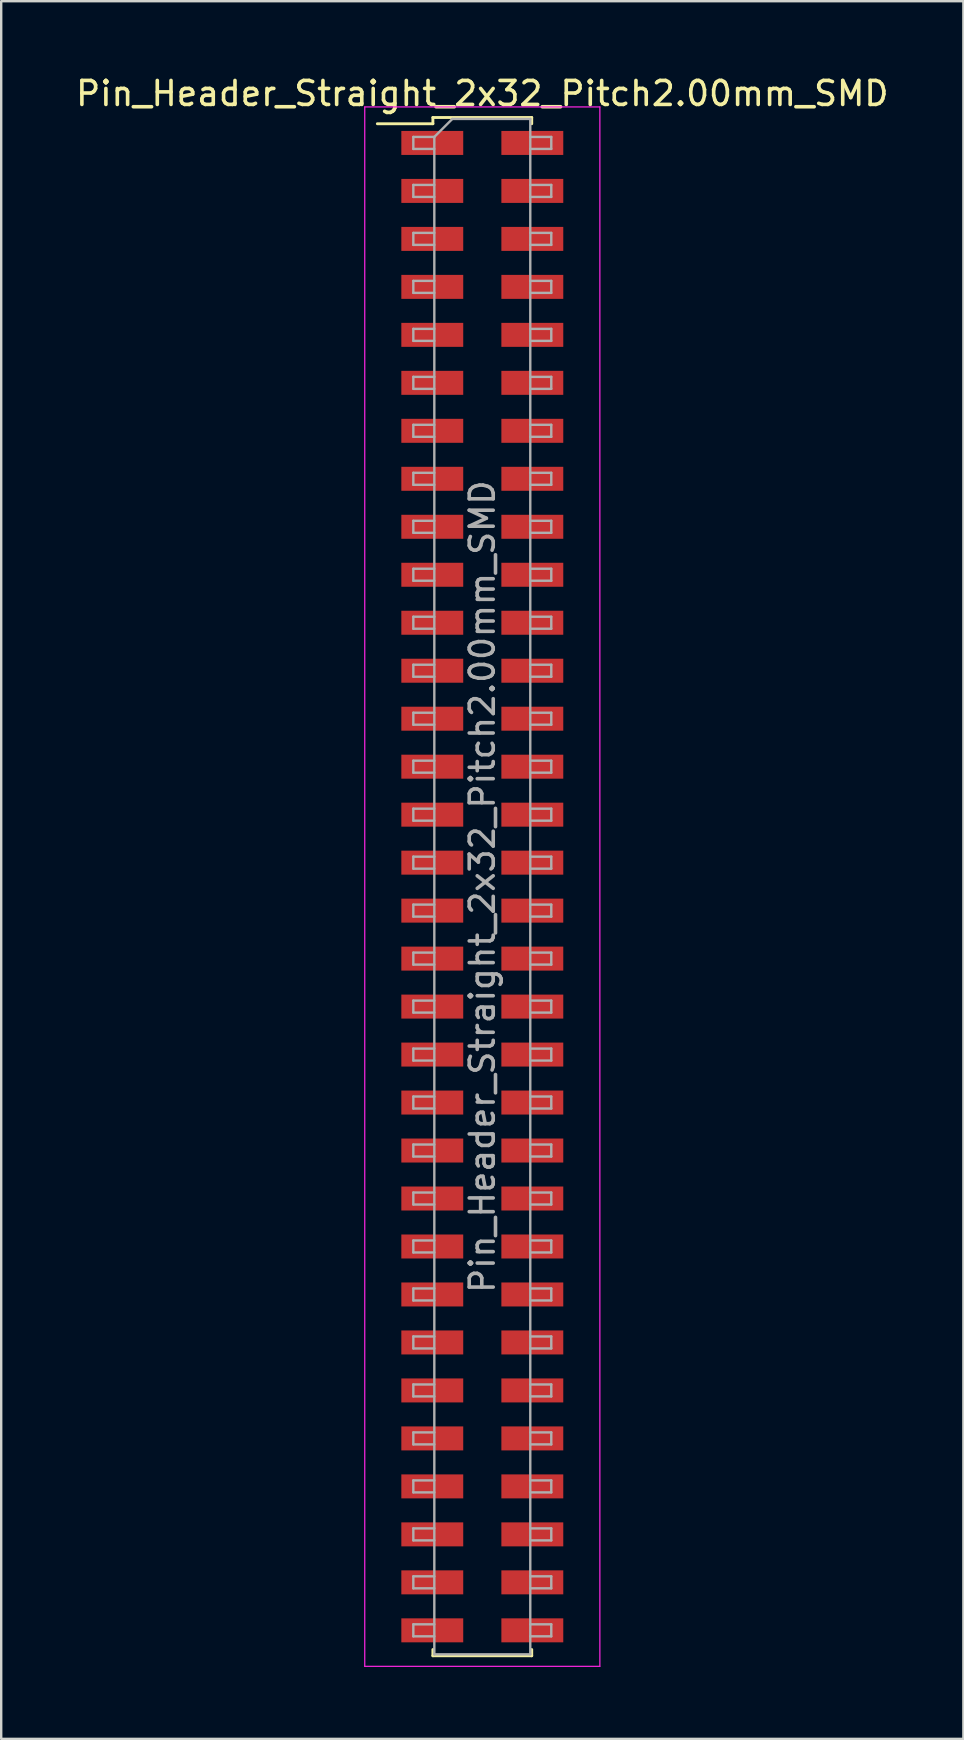
<source format=kicad_pcb>
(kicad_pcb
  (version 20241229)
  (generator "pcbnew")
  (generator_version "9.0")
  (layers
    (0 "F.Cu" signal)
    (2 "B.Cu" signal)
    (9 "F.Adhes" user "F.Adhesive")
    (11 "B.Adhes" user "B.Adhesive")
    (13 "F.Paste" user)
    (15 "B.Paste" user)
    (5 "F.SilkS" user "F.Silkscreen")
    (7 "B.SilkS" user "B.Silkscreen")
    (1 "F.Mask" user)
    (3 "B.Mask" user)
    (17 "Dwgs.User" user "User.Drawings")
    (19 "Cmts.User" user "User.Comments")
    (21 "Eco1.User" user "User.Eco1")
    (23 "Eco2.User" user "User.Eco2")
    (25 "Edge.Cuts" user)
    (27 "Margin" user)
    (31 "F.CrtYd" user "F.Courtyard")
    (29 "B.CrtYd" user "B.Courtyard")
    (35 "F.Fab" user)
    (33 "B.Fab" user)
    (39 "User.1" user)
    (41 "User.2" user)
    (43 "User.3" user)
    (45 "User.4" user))
  (footprint "Pin_Header_Straight_2x32_Pitch2.00mm_SMD"
    (layer "F.Cu")
    (at 17.054 33.908)
    (property "Reference" "Pin_Header_Straight_2x32_Pitch2.00mm_SMD" (at 0 -33.06 0) (layer "F.SilkS") (effects (font (size 1 1) (thickness 0.15))))
    (attr smd)
    (fp_line (start -4.375 -31.8) (end -2.06 -31.8) (stroke (width 0.12) (type solid)) (layer "F.SilkS"))
    (fp_line (start -2.06 -32.06) (end 2.06 -32.06) (stroke (width 0.12) (type solid)) (layer "F.SilkS"))
    (fp_line (start -2.06 -31.8) (end -2.06 -32.06) (stroke (width 0.12) (type solid)) (layer "F.SilkS"))
    (fp_line (start -2.06 31.8) (end -2.06 32.06) (stroke (width 0.12) (type solid)) (layer "F.SilkS"))
    (fp_line (start -2.06 32.06) (end 2.06 32.06) (stroke (width 0.12) (type solid)) (layer "F.SilkS"))
    (fp_line (start 2.06 -32.06) (end 2.06 -31.8) (stroke (width 0.12) (type solid)) (layer "F.SilkS"))
    (fp_line (start 2.06 32.06) (end 2.06 31.8) (stroke (width 0.12) (type solid)) (layer "F.SilkS"))
    (fp_line (start -4.9 -32.5) (end -4.9 32.5) (stroke (width 0.05) (type solid)) (layer "F.CrtYd"))
    (fp_line (start -4.9 32.5) (end 4.9 32.5) (stroke (width 0.05) (type solid)) (layer "F.CrtYd"))
    (fp_line (start 4.9 -32.5) (end -4.9 -32.5) (stroke (width 0.05) (type solid)) (layer "F.CrtYd"))
    (fp_line (start 4.9 32.5) (end 4.9 -32.5) (stroke (width 0.05) (type solid)) (layer "F.CrtYd"))
    (fp_line (start -2.875 -31.25) (end -2.875 -30.75) (stroke (width 0.1) (type solid)) (layer "F.Fab"))
    (fp_line (start -2.875 -30.75) (end -2 -30.75) (stroke (width 0.1) (type solid)) (layer "F.Fab"))
    (fp_line (start -2.875 -29.25) (end -2.875 -28.75) (stroke (width 0.1) (type solid)) (layer "F.Fab"))
    (fp_line (start -2.875 -28.75) (end -2 -28.75) (stroke (width 0.1) (type solid)) (layer "F.Fab"))
    (fp_line (start -2.875 -27.25) (end -2.875 -26.75) (stroke (width 0.1) (type solid)) (layer "F.Fab"))
    (fp_line (start -2.875 -26.75) (end -2 -26.75) (stroke (width 0.1) (type solid)) (layer "F.Fab"))
    (fp_line (start -2.875 -25.25) (end -2.875 -24.75) (stroke (width 0.1) (type solid)) (layer "F.Fab"))
    (fp_line (start -2.875 -24.75) (end -2 -24.75) (stroke (width 0.1) (type solid)) (layer "F.Fab"))
    (fp_line (start -2.875 -23.25) (end -2.875 -22.75) (stroke (width 0.1) (type solid)) (layer "F.Fab"))
    (fp_line (start -2.875 -22.75) (end -2 -22.75) (stroke (width 0.1) (type solid)) (layer "F.Fab"))
    (fp_line (start -2.875 -21.25) (end -2.875 -20.75) (stroke (width 0.1) (type solid)) (layer "F.Fab"))
    (fp_line (start -2.875 -20.75) (end -2 -20.75) (stroke (width 0.1) (type solid)) (layer "F.Fab"))
    (fp_line (start -2.875 -19.25) (end -2.875 -18.75) (stroke (width 0.1) (type solid)) (layer "F.Fab"))
    (fp_line (start -2.875 -18.75) (end -2 -18.75) (stroke (width 0.1) (type solid)) (layer "F.Fab"))
    (fp_line (start -2.875 -17.25) (end -2.875 -16.75) (stroke (width 0.1) (type solid)) (layer "F.Fab"))
    (fp_line (start -2.875 -16.75) (end -2 -16.75) (stroke (width 0.1) (type solid)) (layer "F.Fab"))
    (fp_line (start -2.875 -15.25) (end -2.875 -14.75) (stroke (width 0.1) (type solid)) (layer "F.Fab"))
    (fp_line (start -2.875 -14.75) (end -2 -14.75) (stroke (width 0.1) (type solid)) (layer "F.Fab"))
    (fp_line (start -2.875 -13.25) (end -2.875 -12.75) (stroke (width 0.1) (type solid)) (layer "F.Fab"))
    (fp_line (start -2.875 -12.75) (end -2 -12.75) (stroke (width 0.1) (type solid)) (layer "F.Fab"))
    (fp_line (start -2.875 -11.25) (end -2.875 -10.75) (stroke (width 0.1) (type solid)) (layer "F.Fab"))
    (fp_line (start -2.875 -10.75) (end -2 -10.75) (stroke (width 0.1) (type solid)) (layer "F.Fab"))
    (fp_line (start -2.875 -9.25) (end -2.875 -8.75) (stroke (width 0.1) (type solid)) (layer "F.Fab"))
    (fp_line (start -2.875 -8.75) (end -2 -8.75) (stroke (width 0.1) (type solid)) (layer "F.Fab"))
    (fp_line (start -2.875 -7.25) (end -2.875 -6.75) (stroke (width 0.1) (type solid)) (layer "F.Fab"))
    (fp_line (start -2.875 -6.75) (end -2 -6.75) (stroke (width 0.1) (type solid)) (layer "F.Fab"))
    (fp_line (start -2.875 -5.25) (end -2.875 -4.75) (stroke (width 0.1) (type solid)) (layer "F.Fab"))
    (fp_line (start -2.875 -4.75) (end -2 -4.75) (stroke (width 0.1) (type solid)) (layer "F.Fab"))
    (fp_line (start -2.875 -3.25) (end -2.875 -2.75) (stroke (width 0.1) (type solid)) (layer "F.Fab"))
    (fp_line (start -2.875 -2.75) (end -2 -2.75) (stroke (width 0.1) (type solid)) (layer "F.Fab"))
    (fp_line (start -2.875 -1.25) (end -2.875 -0.75) (stroke (width 0.1) (type solid)) (layer "F.Fab"))
    (fp_line (start -2.875 -0.75) (end -2 -0.75) (stroke (width 0.1) (type solid)) (layer "F.Fab"))
    (fp_line (start -2.875 0.75) (end -2.875 1.25) (stroke (width 0.1) (type solid)) (layer "F.Fab"))
    (fp_line (start -2.875 1.25) (end -2 1.25) (stroke (width 0.1) (type solid)) (layer "F.Fab"))
    (fp_line (start -2.875 2.75) (end -2.875 3.25) (stroke (width 0.1) (type solid)) (layer "F.Fab"))
    (fp_line (start -2.875 3.25) (end -2 3.25) (stroke (width 0.1) (type solid)) (layer "F.Fab"))
    (fp_line (start -2.875 4.75) (end -2.875 5.25) (stroke (width 0.1) (type solid)) (layer "F.Fab"))
    (fp_line (start -2.875 5.25) (end -2 5.25) (stroke (width 0.1) (type solid)) (layer "F.Fab"))
    (fp_line (start -2.875 6.75) (end -2.875 7.25) (stroke (width 0.1) (type solid)) (layer "F.Fab"))
    (fp_line (start -2.875 7.25) (end -2 7.25) (stroke (width 0.1) (type solid)) (layer "F.Fab"))
    (fp_line (start -2.875 8.75) (end -2.875 9.25) (stroke (width 0.1) (type solid)) (layer "F.Fab"))
    (fp_line (start -2.875 9.25) (end -2 9.25) (stroke (width 0.1) (type solid)) (layer "F.Fab"))
    (fp_line (start -2.875 10.75) (end -2.875 11.25) (stroke (width 0.1) (type solid)) (layer "F.Fab"))
    (fp_line (start -2.875 11.25) (end -2 11.25) (stroke (width 0.1) (type solid)) (layer "F.Fab"))
    (fp_line (start -2.875 12.75) (end -2.875 13.25) (stroke (width 0.1) (type solid)) (layer "F.Fab"))
    (fp_line (start -2.875 13.25) (end -2 13.25) (stroke (width 0.1) (type solid)) (layer "F.Fab"))
    (fp_line (start -2.875 14.75) (end -2.875 15.25) (stroke (width 0.1) (type solid)) (layer "F.Fab"))
    (fp_line (start -2.875 15.25) (end -2 15.25) (stroke (width 0.1) (type solid)) (layer "F.Fab"))
    (fp_line (start -2.875 16.75) (end -2.875 17.25) (stroke (width 0.1) (type solid)) (layer "F.Fab"))
    (fp_line (start -2.875 17.25) (end -2 17.25) (stroke (width 0.1) (type solid)) (layer "F.Fab"))
    (fp_line (start -2.875 18.75) (end -2.875 19.25) (stroke (width 0.1) (type solid)) (layer "F.Fab"))
    (fp_line (start -2.875 19.25) (end -2 19.25) (stroke (width 0.1) (type solid)) (layer "F.Fab"))
    (fp_line (start -2.875 20.75) (end -2.875 21.25) (stroke (width 0.1) (type solid)) (layer "F.Fab"))
    (fp_line (start -2.875 21.25) (end -2 21.25) (stroke (width 0.1) (type solid)) (layer "F.Fab"))
    (fp_line (start -2.875 22.75) (end -2.875 23.25) (stroke (width 0.1) (type solid)) (layer "F.Fab"))
    (fp_line (start -2.875 23.25) (end -2 23.25) (stroke (width 0.1) (type solid)) (layer "F.Fab"))
    (fp_line (start -2.875 24.75) (end -2.875 25.25) (stroke (width 0.1) (type solid)) (layer "F.Fab"))
    (fp_line (start -2.875 25.25) (end -2 25.25) (stroke (width 0.1) (type solid)) (layer "F.Fab"))
    (fp_line (start -2.875 26.75) (end -2.875 27.25) (stroke (width 0.1) (type solid)) (layer "F.Fab"))
    (fp_line (start -2.875 27.25) (end -2 27.25) (stroke (width 0.1) (type solid)) (layer "F.Fab"))
    (fp_line (start -2.875 28.75) (end -2.875 29.25) (stroke (width 0.1) (type solid)) (layer "F.Fab"))
    (fp_line (start -2.875 29.25) (end -2 29.25) (stroke (width 0.1) (type solid)) (layer "F.Fab"))
    (fp_line (start -2.875 30.75) (end -2.875 31.25) (stroke (width 0.1) (type solid)) (layer "F.Fab"))
    (fp_line (start -2.875 31.25) (end -2 31.25) (stroke (width 0.1) (type solid)) (layer "F.Fab"))
    (fp_line (start -2 -31.25) (end -2.875 -31.25) (stroke (width 0.1) (type solid)) (layer "F.Fab"))
    (fp_line (start -2 -31.25) (end -1.25 -32) (stroke (width 0.1) (type solid)) (layer "F.Fab"))
    (fp_line (start -2 -29.25) (end -2.875 -29.25) (stroke (width 0.1) (type solid)) (layer "F.Fab"))
    (fp_line (start -2 -27.25) (end -2.875 -27.25) (stroke (width 0.1) (type solid)) (layer "F.Fab"))
    (fp_line (start -2 -25.25) (end -2.875 -25.25) (stroke (width 0.1) (type solid)) (layer "F.Fab"))
    (fp_line (start -2 -23.25) (end -2.875 -23.25) (stroke (width 0.1) (type solid)) (layer "F.Fab"))
    (fp_line (start -2 -21.25) (end -2.875 -21.25) (stroke (width 0.1) (type solid)) (layer "F.Fab"))
    (fp_line (start -2 -19.25) (end -2.875 -19.25) (stroke (width 0.1) (type solid)) (layer "F.Fab"))
    (fp_line (start -2 -17.25) (end -2.875 -17.25) (stroke (width 0.1) (type solid)) (layer "F.Fab"))
    (fp_line (start -2 -15.25) (end -2.875 -15.25) (stroke (width 0.1) (type solid)) (layer "F.Fab"))
    (fp_line (start -2 -13.25) (end -2.875 -13.25) (stroke (width 0.1) (type solid)) (layer "F.Fab"))
    (fp_line (start -2 -11.25) (end -2.875 -11.25) (stroke (width 0.1) (type solid)) (layer "F.Fab"))
    (fp_line (start -2 -9.25) (end -2.875 -9.25) (stroke (width 0.1) (type solid)) (layer "F.Fab"))
    (fp_line (start -2 -7.25) (end -2.875 -7.25) (stroke (width 0.1) (type solid)) (layer "F.Fab"))
    (fp_line (start -2 -5.25) (end -2.875 -5.25) (stroke (width 0.1) (type solid)) (layer "F.Fab"))
    (fp_line (start -2 -3.25) (end -2.875 -3.25) (stroke (width 0.1) (type solid)) (layer "F.Fab"))
    (fp_line (start -2 -1.25) (end -2.875 -1.25) (stroke (width 0.1) (type solid)) (layer "F.Fab"))
    (fp_line (start -2 0.75) (end -2.875 0.75) (stroke (width 0.1) (type solid)) (layer "F.Fab"))
    (fp_line (start -2 2.75) (end -2.875 2.75) (stroke (width 0.1) (type solid)) (layer "F.Fab"))
    (fp_line (start -2 4.75) (end -2.875 4.75) (stroke (width 0.1) (type solid)) (layer "F.Fab"))
    (fp_line (start -2 6.75) (end -2.875 6.75) (stroke (width 0.1) (type solid)) (layer "F.Fab"))
    (fp_line (start -2 8.75) (end -2.875 8.75) (stroke (width 0.1) (type solid)) (layer "F.Fab"))
    (fp_line (start -2 10.75) (end -2.875 10.75) (stroke (width 0.1) (type solid)) (layer "F.Fab"))
    (fp_line (start -2 12.75) (end -2.875 12.75) (stroke (width 0.1) (type solid)) (layer "F.Fab"))
    (fp_line (start -2 14.75) (end -2.875 14.75) (stroke (width 0.1) (type solid)) (layer "F.Fab"))
    (fp_line (start -2 16.75) (end -2.875 16.75) (stroke (width 0.1) (type solid)) (layer "F.Fab"))
    (fp_line (start -2 18.75) (end -2.875 18.75) (stroke (width 0.1) (type solid)) (layer "F.Fab"))
    (fp_line (start -2 20.75) (end -2.875 20.75) (stroke (width 0.1) (type solid)) (layer "F.Fab"))
    (fp_line (start -2 22.75) (end -2.875 22.75) (stroke (width 0.1) (type solid)) (layer "F.Fab"))
    (fp_line (start -2 24.75) (end -2.875 24.75) (stroke (width 0.1) (type solid)) (layer "F.Fab"))
    (fp_line (start -2 26.75) (end -2.875 26.75) (stroke (width 0.1) (type solid)) (layer "F.Fab"))
    (fp_line (start -2 28.75) (end -2.875 28.75) (stroke (width 0.1) (type solid)) (layer "F.Fab"))
    (fp_line (start -2 30.75) (end -2.875 30.75) (stroke (width 0.1) (type solid)) (layer "F.Fab"))
    (fp_line (start -2 32) (end -2 -31.25) (stroke (width 0.1) (type solid)) (layer "F.Fab"))
    (fp_line (start -1.25 -32) (end 2 -32) (stroke (width 0.1) (type solid)) (layer "F.Fab"))
    (fp_line (start 2 -32) (end 2 32) (stroke (width 0.1) (type solid)) (layer "F.Fab"))
    (fp_line (start 2 -31.25) (end 2.875 -31.25) (stroke (width 0.1) (type solid)) (layer "F.Fab"))
    (fp_line (start 2 -29.25) (end 2.875 -29.25) (stroke (width 0.1) (type solid)) (layer "F.Fab"))
    (fp_line (start 2 -27.25) (end 2.875 -27.25) (stroke (width 0.1) (type solid)) (layer "F.Fab"))
    (fp_line (start 2 -25.25) (end 2.875 -25.25) (stroke (width 0.1) (type solid)) (layer "F.Fab"))
    (fp_line (start 2 -23.25) (end 2.875 -23.25) (stroke (width 0.1) (type solid)) (layer "F.Fab"))
    (fp_line (start 2 -21.25) (end 2.875 -21.25) (stroke (width 0.1) (type solid)) (layer "F.Fab"))
    (fp_line (start 2 -19.25) (end 2.875 -19.25) (stroke (width 0.1) (type solid)) (layer "F.Fab"))
    (fp_line (start 2 -17.25) (end 2.875 -17.25) (stroke (width 0.1) (type solid)) (layer "F.Fab"))
    (fp_line (start 2 -15.25) (end 2.875 -15.25) (stroke (width 0.1) (type solid)) (layer "F.Fab"))
    (fp_line (start 2 -13.25) (end 2.875 -13.25) (stroke (width 0.1) (type solid)) (layer "F.Fab"))
    (fp_line (start 2 -11.25) (end 2.875 -11.25) (stroke (width 0.1) (type solid)) (layer "F.Fab"))
    (fp_line (start 2 -9.25) (end 2.875 -9.25) (stroke (width 0.1) (type solid)) (layer "F.Fab"))
    (fp_line (start 2 -7.25) (end 2.875 -7.25) (stroke (width 0.1) (type solid)) (layer "F.Fab"))
    (fp_line (start 2 -5.25) (end 2.875 -5.25) (stroke (width 0.1) (type solid)) (layer "F.Fab"))
    (fp_line (start 2 -3.25) (end 2.875 -3.25) (stroke (width 0.1) (type solid)) (layer "F.Fab"))
    (fp_line (start 2 -1.25) (end 2.875 -1.25) (stroke (width 0.1) (type solid)) (layer "F.Fab"))
    (fp_line (start 2 0.75) (end 2.875 0.75) (stroke (width 0.1) (type solid)) (layer "F.Fab"))
    (fp_line (start 2 2.75) (end 2.875 2.75) (stroke (width 0.1) (type solid)) (layer "F.Fab"))
    (fp_line (start 2 4.75) (end 2.875 4.75) (stroke (width 0.1) (type solid)) (layer "F.Fab"))
    (fp_line (start 2 6.75) (end 2.875 6.75) (stroke (width 0.1) (type solid)) (layer "F.Fab"))
    (fp_line (start 2 8.75) (end 2.875 8.75) (stroke (width 0.1) (type solid)) (layer "F.Fab"))
    (fp_line (start 2 10.75) (end 2.875 10.75) (stroke (width 0.1) (type solid)) (layer "F.Fab"))
    (fp_line (start 2 12.75) (end 2.875 12.75) (stroke (width 0.1) (type solid)) (layer "F.Fab"))
    (fp_line (start 2 14.75) (end 2.875 14.75) (stroke (width 0.1) (type solid)) (layer "F.Fab"))
    (fp_line (start 2 16.75) (end 2.875 16.75) (stroke (width 0.1) (type solid)) (layer "F.Fab"))
    (fp_line (start 2 18.75) (end 2.875 18.75) (stroke (width 0.1) (type solid)) (layer "F.Fab"))
    (fp_line (start 2 20.75) (end 2.875 20.75) (stroke (width 0.1) (type solid)) (layer "F.Fab"))
    (fp_line (start 2 22.75) (end 2.875 22.75) (stroke (width 0.1) (type solid)) (layer "F.Fab"))
    (fp_line (start 2 24.75) (end 2.875 24.75) (stroke (width 0.1) (type solid)) (layer "F.Fab"))
    (fp_line (start 2 26.75) (end 2.875 26.75) (stroke (width 0.1) (type solid)) (layer "F.Fab"))
    (fp_line (start 2 28.75) (end 2.875 28.75) (stroke (width 0.1) (type solid)) (layer "F.Fab"))
    (fp_line (start 2 30.75) (end 2.875 30.75) (stroke (width 0.1) (type solid)) (layer "F.Fab"))
    (fp_line (start 2 32) (end -2 32) (stroke (width 0.1) (type solid)) (layer "F.Fab"))
    (fp_line (start 2.875 -31.25) (end 2.875 -30.75) (stroke (width 0.1) (type solid)) (layer "F.Fab"))
    (fp_line (start 2.875 -30.75) (end 2 -30.75) (stroke (width 0.1) (type solid)) (layer "F.Fab"))
    (fp_line (start 2.875 -29.25) (end 2.875 -28.75) (stroke (width 0.1) (type solid)) (layer "F.Fab"))
    (fp_line (start 2.875 -28.75) (end 2 -28.75) (stroke (width 0.1) (type solid)) (layer "F.Fab"))
    (fp_line (start 2.875 -27.25) (end 2.875 -26.75) (stroke (width 0.1) (type solid)) (layer "F.Fab"))
    (fp_line (start 2.875 -26.75) (end 2 -26.75) (stroke (width 0.1) (type solid)) (layer "F.Fab"))
    (fp_line (start 2.875 -25.25) (end 2.875 -24.75) (stroke (width 0.1) (type solid)) (layer "F.Fab"))
    (fp_line (start 2.875 -24.75) (end 2 -24.75) (stroke (width 0.1) (type solid)) (layer "F.Fab"))
    (fp_line (start 2.875 -23.25) (end 2.875 -22.75) (stroke (width 0.1) (type solid)) (layer "F.Fab"))
    (fp_line (start 2.875 -22.75) (end 2 -22.75) (stroke (width 0.1) (type solid)) (layer "F.Fab"))
    (fp_line (start 2.875 -21.25) (end 2.875 -20.75) (stroke (width 0.1) (type solid)) (layer "F.Fab"))
    (fp_line (start 2.875 -20.75) (end 2 -20.75) (stroke (width 0.1) (type solid)) (layer "F.Fab"))
    (fp_line (start 2.875 -19.25) (end 2.875 -18.75) (stroke (width 0.1) (type solid)) (layer "F.Fab"))
    (fp_line (start 2.875 -18.75) (end 2 -18.75) (stroke (width 0.1) (type solid)) (layer "F.Fab"))
    (fp_line (start 2.875 -17.25) (end 2.875 -16.75) (stroke (width 0.1) (type solid)) (layer "F.Fab"))
    (fp_line (start 2.875 -16.75) (end 2 -16.75) (stroke (width 0.1) (type solid)) (layer "F.Fab"))
    (fp_line (start 2.875 -15.25) (end 2.875 -14.75) (stroke (width 0.1) (type solid)) (layer "F.Fab"))
    (fp_line (start 2.875 -14.75) (end 2 -14.75) (stroke (width 0.1) (type solid)) (layer "F.Fab"))
    (fp_line (start 2.875 -13.25) (end 2.875 -12.75) (stroke (width 0.1) (type solid)) (layer "F.Fab"))
    (fp_line (start 2.875 -12.75) (end 2 -12.75) (stroke (width 0.1) (type solid)) (layer "F.Fab"))
    (fp_line (start 2.875 -11.25) (end 2.875 -10.75) (stroke (width 0.1) (type solid)) (layer "F.Fab"))
    (fp_line (start 2.875 -10.75) (end 2 -10.75) (stroke (width 0.1) (type solid)) (layer "F.Fab"))
    (fp_line (start 2.875 -9.25) (end 2.875 -8.75) (stroke (width 0.1) (type solid)) (layer "F.Fab"))
    (fp_line (start 2.875 -8.75) (end 2 -8.75) (stroke (width 0.1) (type solid)) (layer "F.Fab"))
    (fp_line (start 2.875 -7.25) (end 2.875 -6.75) (stroke (width 0.1) (type solid)) (layer "F.Fab"))
    (fp_line (start 2.875 -6.75) (end 2 -6.75) (stroke (width 0.1) (type solid)) (layer "F.Fab"))
    (fp_line (start 2.875 -5.25) (end 2.875 -4.75) (stroke (width 0.1) (type solid)) (layer "F.Fab"))
    (fp_line (start 2.875 -4.75) (end 2 -4.75) (stroke (width 0.1) (type solid)) (layer "F.Fab"))
    (fp_line (start 2.875 -3.25) (end 2.875 -2.75) (stroke (width 0.1) (type solid)) (layer "F.Fab"))
    (fp_line (start 2.875 -2.75) (end 2 -2.75) (stroke (width 0.1) (type solid)) (layer "F.Fab"))
    (fp_line (start 2.875 -1.25) (end 2.875 -0.75) (stroke (width 0.1) (type solid)) (layer "F.Fab"))
    (fp_line (start 2.875 -0.75) (end 2 -0.75) (stroke (width 0.1) (type solid)) (layer "F.Fab"))
    (fp_line (start 2.875 0.75) (end 2.875 1.25) (stroke (width 0.1) (type solid)) (layer "F.Fab"))
    (fp_line (start 2.875 1.25) (end 2 1.25) (stroke (width 0.1) (type solid)) (layer "F.Fab"))
    (fp_line (start 2.875 2.75) (end 2.875 3.25) (stroke (width 0.1) (type solid)) (layer "F.Fab"))
    (fp_line (start 2.875 3.25) (end 2 3.25) (stroke (width 0.1) (type solid)) (layer "F.Fab"))
    (fp_line (start 2.875 4.75) (end 2.875 5.25) (stroke (width 0.1) (type solid)) (layer "F.Fab"))
    (fp_line (start 2.875 5.25) (end 2 5.25) (stroke (width 0.1) (type solid)) (layer "F.Fab"))
    (fp_line (start 2.875 6.75) (end 2.875 7.25) (stroke (width 0.1) (type solid)) (layer "F.Fab"))
    (fp_line (start 2.875 7.25) (end 2 7.25) (stroke (width 0.1) (type solid)) (layer "F.Fab"))
    (fp_line (start 2.875 8.75) (end 2.875 9.25) (stroke (width 0.1) (type solid)) (layer "F.Fab"))
    (fp_line (start 2.875 9.25) (end 2 9.25) (stroke (width 0.1) (type solid)) (layer "F.Fab"))
    (fp_line (start 2.875 10.75) (end 2.875 11.25) (stroke (width 0.1) (type solid)) (layer "F.Fab"))
    (fp_line (start 2.875 11.25) (end 2 11.25) (stroke (width 0.1) (type solid)) (layer "F.Fab"))
    (fp_line (start 2.875 12.75) (end 2.875 13.25) (stroke (width 0.1) (type solid)) (layer "F.Fab"))
    (fp_line (start 2.875 13.25) (end 2 13.25) (stroke (width 0.1) (type solid)) (layer "F.Fab"))
    (fp_line (start 2.875 14.75) (end 2.875 15.25) (stroke (width 0.1) (type solid)) (layer "F.Fab"))
    (fp_line (start 2.875 15.25) (end 2 15.25) (stroke (width 0.1) (type solid)) (layer "F.Fab"))
    (fp_line (start 2.875 16.75) (end 2.875 17.25) (stroke (width 0.1) (type solid)) (layer "F.Fab"))
    (fp_line (start 2.875 17.25) (end 2 17.25) (stroke (width 0.1) (type solid)) (layer "F.Fab"))
    (fp_line (start 2.875 18.75) (end 2.875 19.25) (stroke (width 0.1) (type solid)) (layer "F.Fab"))
    (fp_line (start 2.875 19.25) (end 2 19.25) (stroke (width 0.1) (type solid)) (layer "F.Fab"))
    (fp_line (start 2.875 20.75) (end 2.875 21.25) (stroke (width 0.1) (type solid)) (layer "F.Fab"))
    (fp_line (start 2.875 21.25) (end 2 21.25) (stroke (width 0.1) (type solid)) (layer "F.Fab"))
    (fp_line (start 2.875 22.75) (end 2.875 23.25) (stroke (width 0.1) (type solid)) (layer "F.Fab"))
    (fp_line (start 2.875 23.25) (end 2 23.25) (stroke (width 0.1) (type solid)) (layer "F.Fab"))
    (fp_line (start 2.875 24.75) (end 2.875 25.25) (stroke (width 0.1) (type solid)) (layer "F.Fab"))
    (fp_line (start 2.875 25.25) (end 2 25.25) (stroke (width 0.1) (type solid)) (layer "F.Fab"))
    (fp_line (start 2.875 26.75) (end 2.875 27.25) (stroke (width 0.1) (type solid)) (layer "F.Fab"))
    (fp_line (start 2.875 27.25) (end 2 27.25) (stroke (width 0.1) (type solid)) (layer "F.Fab"))
    (fp_line (start 2.875 28.75) (end 2.875 29.25) (stroke (width 0.1) (type solid)) (layer "F.Fab"))
    (fp_line (start 2.875 29.25) (end 2 29.25) (stroke (width 0.1) (type solid)) (layer "F.Fab"))
    (fp_line (start 2.875 30.75) (end 2.875 31.25) (stroke (width 0.1) (type solid)) (layer "F.Fab"))
    (fp_line (start 2.875 31.25) (end 2 31.25) (stroke (width 0.1) (type solid)) (layer "F.Fab"))
    (fp_text user "${REFERENCE}" (at 0 0 90) (layer "F.Fab") (effects (font (size 1 1) (thickness 0.15))))
    (pad "1" smd rect (at -2.085 -31) (size 2.58 1) (layers "F.Cu" "F.Mask" "F.Paste"))
    (pad "2" smd rect (at 2.085 -31) (size 2.58 1) (layers "F.Cu" "F.Mask" "F.Paste"))
    (pad "3" smd rect (at -2.085 -29) (size 2.58 1) (layers "F.Cu" "F.Mask" "F.Paste"))
    (pad "4" smd rect (at 2.085 -29) (size 2.58 1) (layers "F.Cu" "F.Mask" "F.Paste"))
    (pad "5" smd rect (at -2.085 -27) (size 2.58 1) (layers "F.Cu" "F.Mask" "F.Paste"))
    (pad "6" smd rect (at 2.085 -27) (size 2.58 1) (layers "F.Cu" "F.Mask" "F.Paste"))
    (pad "7" smd rect (at -2.085 -25) (size 2.58 1) (layers "F.Cu" "F.Mask" "F.Paste"))
    (pad "8" smd rect (at 2.085 -25) (size 2.58 1) (layers "F.Cu" "F.Mask" "F.Paste"))
    (pad "9" smd rect (at -2.085 -23) (size 2.58 1) (layers "F.Cu" "F.Mask" "F.Paste"))
    (pad "10" smd rect (at 2.085 -23) (size 2.58 1) (layers "F.Cu" "F.Mask" "F.Paste"))
    (pad "11" smd rect (at -2.085 -21) (size 2.58 1) (layers "F.Cu" "F.Mask" "F.Paste"))
    (pad "12" smd rect (at 2.085 -21) (size 2.58 1) (layers "F.Cu" "F.Mask" "F.Paste"))
    (pad "13" smd rect (at -2.085 -19) (size 2.58 1) (layers "F.Cu" "F.Mask" "F.Paste"))
    (pad "14" smd rect (at 2.085 -19) (size 2.58 1) (layers "F.Cu" "F.Mask" "F.Paste"))
    (pad "15" smd rect (at -2.085 -17) (size 2.58 1) (layers "F.Cu" "F.Mask" "F.Paste"))
    (pad "16" smd rect (at 2.085 -17) (size 2.58 1) (layers "F.Cu" "F.Mask" "F.Paste"))
    (pad "17" smd rect (at -2.085 -15) (size 2.58 1) (layers "F.Cu" "F.Mask" "F.Paste"))
    (pad "18" smd rect (at 2.085 -15) (size 2.58 1) (layers "F.Cu" "F.Mask" "F.Paste"))
    (pad "19" smd rect (at -2.085 -13) (size 2.58 1) (layers "F.Cu" "F.Mask" "F.Paste"))
    (pad "20" smd rect (at 2.085 -13) (size 2.58 1) (layers "F.Cu" "F.Mask" "F.Paste"))
    (pad "21" smd rect (at -2.085 -11) (size 2.58 1) (layers "F.Cu" "F.Mask" "F.Paste"))
    (pad "22" smd rect (at 2.085 -11) (size 2.58 1) (layers "F.Cu" "F.Mask" "F.Paste"))
    (pad "23" smd rect (at -2.085 -9) (size 2.58 1) (layers "F.Cu" "F.Mask" "F.Paste"))
    (pad "24" smd rect (at 2.085 -9) (size 2.58 1) (layers "F.Cu" "F.Mask" "F.Paste"))
    (pad "25" smd rect (at -2.085 -7) (size 2.58 1) (layers "F.Cu" "F.Mask" "F.Paste"))
    (pad "26" smd rect (at 2.085 -7) (size 2.58 1) (layers "F.Cu" "F.Mask" "F.Paste"))
    (pad "27" smd rect (at -2.085 -5) (size 2.58 1) (layers "F.Cu" "F.Mask" "F.Paste"))
    (pad "28" smd rect (at 2.085 -5) (size 2.58 1) (layers "F.Cu" "F.Mask" "F.Paste"))
    (pad "29" smd rect (at -2.085 -3) (size 2.58 1) (layers "F.Cu" "F.Mask" "F.Paste"))
    (pad "30" smd rect (at 2.085 -3) (size 2.58 1) (layers "F.Cu" "F.Mask" "F.Paste"))
    (pad "31" smd rect (at -2.085 -1) (size 2.58 1) (layers "F.Cu" "F.Mask" "F.Paste"))
    (pad "32" smd rect (at 2.085 -1) (size 2.58 1) (layers "F.Cu" "F.Mask" "F.Paste"))
    (pad "33" smd rect (at -2.085 1) (size 2.58 1) (layers "F.Cu" "F.Mask" "F.Paste"))
    (pad "34" smd rect (at 2.085 1) (size 2.58 1) (layers "F.Cu" "F.Mask" "F.Paste"))
    (pad "35" smd rect (at -2.085 3) (size 2.58 1) (layers "F.Cu" "F.Mask" "F.Paste"))
    (pad "36" smd rect (at 2.085 3) (size 2.58 1) (layers "F.Cu" "F.Mask" "F.Paste"))
    (pad "37" smd rect (at -2.085 5) (size 2.58 1) (layers "F.Cu" "F.Mask" "F.Paste"))
    (pad "38" smd rect (at 2.085 5) (size 2.58 1) (layers "F.Cu" "F.Mask" "F.Paste"))
    (pad "39" smd rect (at -2.085 7) (size 2.58 1) (layers "F.Cu" "F.Mask" "F.Paste"))
    (pad "40" smd rect (at 2.085 7) (size 2.58 1) (layers "F.Cu" "F.Mask" "F.Paste"))
    (pad "41" smd rect (at -2.085 9) (size 2.58 1) (layers "F.Cu" "F.Mask" "F.Paste"))
    (pad "42" smd rect (at 2.085 9) (size 2.58 1) (layers "F.Cu" "F.Mask" "F.Paste"))
    (pad "43" smd rect (at -2.085 11) (size 2.58 1) (layers "F.Cu" "F.Mask" "F.Paste"))
    (pad "44" smd rect (at 2.085 11) (size 2.58 1) (layers "F.Cu" "F.Mask" "F.Paste"))
    (pad "45" smd rect (at -2.085 13) (size 2.58 1) (layers "F.Cu" "F.Mask" "F.Paste"))
    (pad "46" smd rect (at 2.085 13) (size 2.58 1) (layers "F.Cu" "F.Mask" "F.Paste"))
    (pad "47" smd rect (at -2.085 15) (size 2.58 1) (layers "F.Cu" "F.Mask" "F.Paste"))
    (pad "48" smd rect (at 2.085 15) (size 2.58 1) (layers "F.Cu" "F.Mask" "F.Paste"))
    (pad "49" smd rect (at -2.085 17) (size 2.58 1) (layers "F.Cu" "F.Mask" "F.Paste"))
    (pad "50" smd rect (at 2.085 17) (size 2.58 1) (layers "F.Cu" "F.Mask" "F.Paste"))
    (pad "51" smd rect (at -2.085 19) (size 2.58 1) (layers "F.Cu" "F.Mask" "F.Paste"))
    (pad "52" smd rect (at 2.085 19) (size 2.58 1) (layers "F.Cu" "F.Mask" "F.Paste"))
    (pad "53" smd rect (at -2.085 21) (size 2.58 1) (layers "F.Cu" "F.Mask" "F.Paste"))
    (pad "54" smd rect (at 2.085 21) (size 2.58 1) (layers "F.Cu" "F.Mask" "F.Paste"))
    (pad "55" smd rect (at -2.085 23) (size 2.58 1) (layers "F.Cu" "F.Mask" "F.Paste"))
    (pad "56" smd rect (at 2.085 23) (size 2.58 1) (layers "F.Cu" "F.Mask" "F.Paste"))
    (pad "57" smd rect (at -2.085 25) (size 2.58 1) (layers "F.Cu" "F.Mask" "F.Paste"))
    (pad "58" smd rect (at 2.085 25) (size 2.58 1) (layers "F.Cu" "F.Mask" "F.Paste"))
    (pad "59" smd rect (at -2.085 27) (size 2.58 1) (layers "F.Cu" "F.Mask" "F.Paste"))
    (pad "60" smd rect (at 2.085 27) (size 2.58 1) (layers "F.Cu" "F.Mask" "F.Paste"))
    (pad "61" smd rect (at -2.085 29) (size 2.58 1) (layers "F.Cu" "F.Mask" "F.Paste"))
    (pad "62" smd rect (at 2.085 29) (size 2.58 1) (layers "F.Cu" "F.Mask" "F.Paste"))
    (pad "63" smd rect (at -2.085 31) (size 2.58 1) (layers "F.Cu" "F.Mask" "F.Paste"))
    (pad "64" smd rect (at 2.085 31) (size 2.58 1) (layers "F.Cu" "F.Mask" "F.Paste")))
  (gr_rect
    (start -3 -3)
    (end 37.107 69.433)
    (stroke (width 0.1) (type default))
    (fill no)
    (layer "Edge.Cuts")))
</source>
